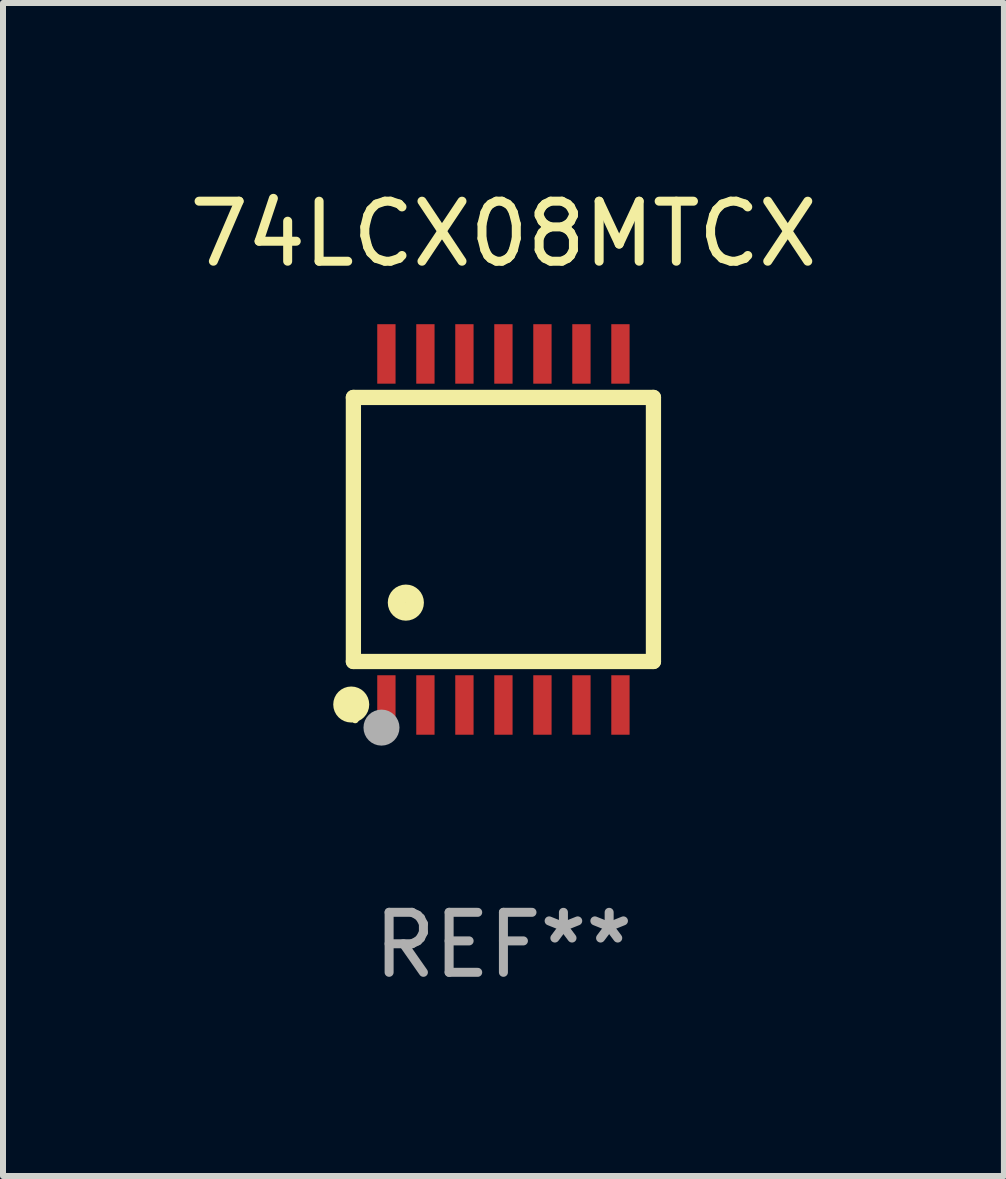
<source format=kicad_pcb>
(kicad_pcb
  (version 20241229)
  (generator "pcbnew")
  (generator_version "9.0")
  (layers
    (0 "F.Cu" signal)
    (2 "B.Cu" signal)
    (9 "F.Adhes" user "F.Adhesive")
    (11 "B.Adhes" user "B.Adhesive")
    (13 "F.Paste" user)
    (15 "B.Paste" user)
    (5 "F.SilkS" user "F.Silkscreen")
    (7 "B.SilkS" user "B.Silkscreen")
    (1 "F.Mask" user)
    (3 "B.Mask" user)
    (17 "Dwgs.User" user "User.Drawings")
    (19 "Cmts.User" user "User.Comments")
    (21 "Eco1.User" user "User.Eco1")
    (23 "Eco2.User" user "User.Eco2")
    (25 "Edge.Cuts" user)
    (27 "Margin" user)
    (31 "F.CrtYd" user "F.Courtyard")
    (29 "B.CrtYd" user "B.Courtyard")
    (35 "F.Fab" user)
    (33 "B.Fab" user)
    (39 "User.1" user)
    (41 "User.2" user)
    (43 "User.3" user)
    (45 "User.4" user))
  (footprint "74LCX08MTCX"
    (layer "F.Cu")
    (at 5.339 5.773)
    (property "Reference" "74LCX08MTCX" (at 0 -4.925 0) (layer "F.SilkS") (effects (font (size 1 1) (thickness 0.15))))
    (attr through_hole)
    (fp_line (start -2.5 2.2) (end -2.5 -2.2) (stroke (width 0.254) (type solid)) (layer "F.SilkS"))
    (fp_line (start -2.5 2.2) (end 2.5 2.2) (stroke (width 0.254) (type solid)) (layer "F.SilkS"))
    (fp_line (start 2.5 -2.2) (end -2.5 -2.2) (stroke (width 0.254) (type solid)) (layer "F.SilkS"))
    (fp_line (start 2.5 -2.2) (end 2.5 2.2) (stroke (width 0.254) (type solid)) (layer "F.SilkS"))
    (fp_circle (center -2.536 2.917) (end -2.386 2.917) (stroke (width 0.3) (type solid)) (fill no) (layer "F.SilkS"))
    (fp_circle (center -2.47 3.17) (end -2.44 3.17) (stroke (width 0.06) (type solid)) (fill no) (layer "F.SilkS"))
    (fp_circle (center -1.626 1.219) (end -1.475 1.219) (stroke (width 0.3) (type solid)) (fill no) (layer "F.SilkS"))
    (fp_circle (center -2.032 3.302) (end -1.882 3.302) (stroke (width 0.3) (type solid)) (fill no) (layer "F.Fab"))
    (fp_text user "REF**" (at 0 6.925 0) (layer "F.Fab") (effects (font (size 1 1) (thickness 0.15))))
    (pad "1" smd rect (at -1.95 2.925) (size 0.305 0.991) (layers "F.Cu" "F.Mask" "F.Paste"))
    (pad "2" smd rect (at -1.3 2.925) (size 0.305 0.991) (layers "F.Cu" "F.Mask" "F.Paste"))
    (pad "3" smd rect (at -0.65 2.925) (size 0.305 0.991) (layers "F.Cu" "F.Mask" "F.Paste"))
    (pad "4" smd rect (at 0 2.925) (size 0.305 0.991) (layers "F.Cu" "F.Mask" "F.Paste"))
    (pad "5" smd rect (at 0.65 2.925) (size 0.305 0.991) (layers "F.Cu" "F.Mask" "F.Paste"))
    (pad "6" smd rect (at 1.3 2.925) (size 0.305 0.991) (layers "F.Cu" "F.Mask" "F.Paste"))
    (pad "7" smd rect (at 1.95 2.925) (size 0.305 0.991) (layers "F.Cu" "F.Mask" "F.Paste"))
    (pad "8" smd rect (at 1.95 -2.925) (size 0.305 0.991) (layers "F.Cu" "F.Mask" "F.Paste"))
    (pad "9" smd rect (at 1.3 -2.925) (size 0.305 0.991) (layers "F.Cu" "F.Mask" "F.Paste"))
    (pad "10" smd rect (at 0.65 -2.925) (size 0.305 0.991) (layers "F.Cu" "F.Mask" "F.Paste"))
    (pad "11" smd rect (at 0 -2.925) (size 0.305 0.991) (layers "F.Cu" "F.Mask" "F.Paste"))
    (pad "12" smd rect (at -0.65 -2.925) (size 0.305 0.991) (layers "F.Cu" "F.Mask" "F.Paste"))
    (pad "13" smd rect (at -1.3 -2.925) (size 0.305 0.991) (layers "F.Cu" "F.Mask" "F.Paste"))
    (pad "14" smd rect (at -1.95 -2.925) (size 0.305 0.991) (layers "F.Cu" "F.Mask" "F.Paste")))
  (gr_rect
    (start -3 -3)
    (end 13.679 16.547)
    (stroke (width 0.1) (type default))
    (fill no)
    (layer "Edge.Cuts")))
</source>
